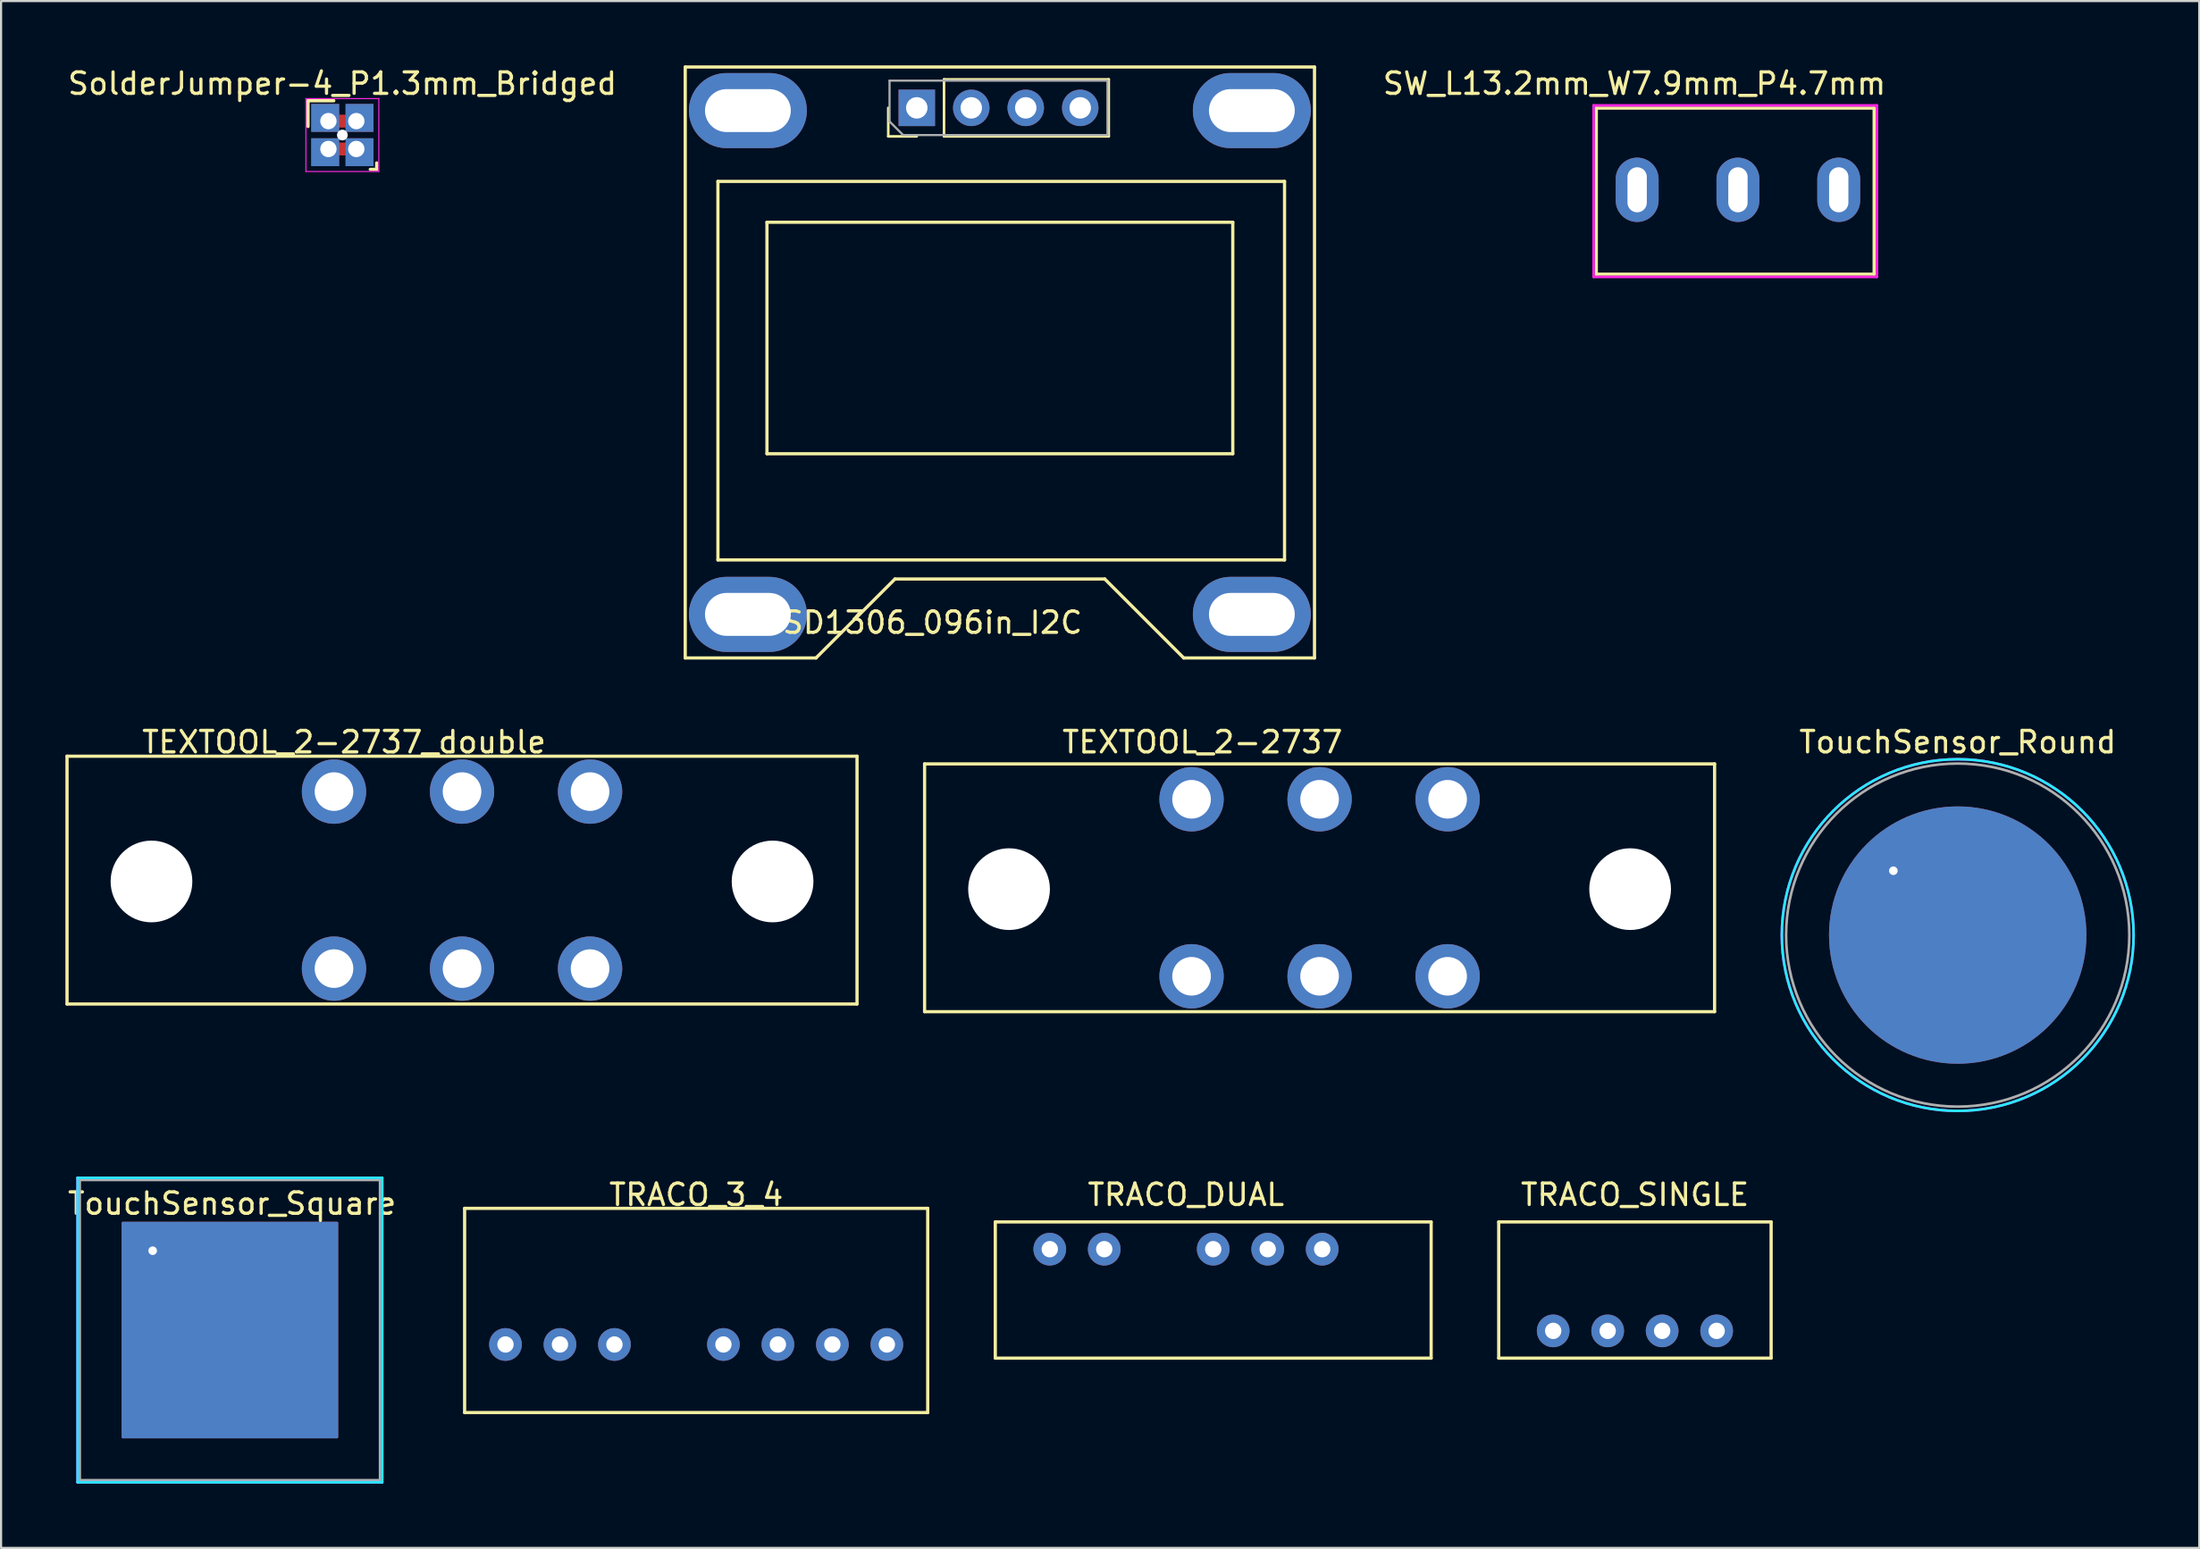
<source format=kicad_pcb>
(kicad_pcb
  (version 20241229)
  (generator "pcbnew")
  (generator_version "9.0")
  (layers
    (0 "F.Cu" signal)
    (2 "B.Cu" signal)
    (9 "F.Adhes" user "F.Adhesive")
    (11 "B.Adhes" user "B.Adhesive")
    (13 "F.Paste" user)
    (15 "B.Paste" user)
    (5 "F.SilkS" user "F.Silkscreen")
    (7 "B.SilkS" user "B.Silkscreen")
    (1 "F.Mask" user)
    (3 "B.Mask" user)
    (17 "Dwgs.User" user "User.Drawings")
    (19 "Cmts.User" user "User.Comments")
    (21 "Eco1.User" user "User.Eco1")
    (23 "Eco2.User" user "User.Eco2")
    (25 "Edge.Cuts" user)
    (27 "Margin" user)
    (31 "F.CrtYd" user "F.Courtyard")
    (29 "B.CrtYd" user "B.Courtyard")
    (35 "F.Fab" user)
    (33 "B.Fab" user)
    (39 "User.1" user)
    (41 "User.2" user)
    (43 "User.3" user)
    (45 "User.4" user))
  (footprint "TRACO_3_4"
    (layer "F.Cu")
    (at 28.136 53.3)
    (property "Reference" "TRACO_3_4" (at 1.27 -0.635 0) (layer "F.SilkS") (effects (font (size 1 1) (thickness 0.15))))
    (attr through_hole)
    (fp_line (start -9.525 0) (end -9.525 9.525) (stroke (width 0.15) (type solid)) (layer "F.SilkS"))
    (fp_line (start -9.525 9.525) (end 12.065 9.525) (stroke (width 0.15) (type solid)) (layer "F.SilkS"))
    (fp_line (start 12.065 0) (end -9.525 0) (stroke (width 0.15) (type solid)) (layer "F.SilkS"))
    (fp_line (start 12.065 9.525) (end 12.065 0) (stroke (width 0.15) (type solid)) (layer "F.SilkS"))
    (pad "1" thru_hole circle (at -7.62 6.35) (size 1.524 1.524) (drill 0.762) (layers "*.Cu" "*.Mask"))
    (pad "2" thru_hole circle (at -5.08 6.35) (size 1.524 1.524) (drill 0.762) (layers "*.Cu" "*.Mask"))
    (pad "3" thru_hole circle (at -2.54 6.35) (size 1.524 1.524) (drill 0.762) (layers "*.Cu" "*.Mask"))
    (pad "5" thru_hole circle (at 2.54 6.35) (size 1.524 1.524) (drill 0.762) (layers "*.Cu" "*.Mask"))
    (pad "6" thru_hole circle (at 5.08 6.35) (size 1.524 1.524) (drill 0.762) (layers "*.Cu" "*.Mask"))
    (pad "7" thru_hole circle (at 7.62 6.35) (size 1.524 1.524) (drill 0.762) (layers "*.Cu" "*.Mask"))
    (pad "8" thru_hole circle (at 10.16 6.35) (size 1.524 1.524) (drill 0.762) (layers "*.Cu" "*.Mask")))
  (footprint "SSD1306_096in_I2C"
    (layer "F.Cu")
    (at 43.501 1.98)
    (property "Reference" "SSD1306_096in_I2C" (at -3.556 24.003 0) (layer "F.SilkS") (effects (font (size 1 1) (thickness 0.15))))
    (attr through_hole)
    (fp_line (start -14.605 -1.905) (end -14.605 25.654) (stroke (width 0.15) (type solid)) (layer "F.SilkS"))
    (fp_line (start -14.605 -1.905) (end 14.732 -1.905) (stroke (width 0.15) (type solid)) (layer "F.SilkS"))
    (fp_line (start -13.081 3.429) (end -13.081 21.082) (stroke (width 0.15) (type solid)) (layer "F.SilkS"))
    (fp_line (start -10.795 5.334) (end 10.922 5.334) (stroke (width 0.15) (type solid)) (layer "F.SilkS"))
    (fp_line (start -10.795 16.129) (end -10.795 5.334) (stroke (width 0.15) (type solid)) (layer "F.SilkS"))
    (fp_line (start -8.509 25.654) (end -14.605 25.654) (stroke (width 0.15) (type solid)) (layer "F.SilkS"))
    (fp_line (start -5.14 1.33) (end -5.14 0) (stroke (width 0.12) (type solid)) (layer "F.SilkS"))
    (fp_line (start -4.826 21.971) (end -8.509 25.654) (stroke (width 0.15) (type solid)) (layer "F.SilkS"))
    (fp_line (start -3.81 1.33) (end -5.14 1.33) (stroke (width 0.12) (type solid)) (layer "F.SilkS"))
    (fp_line (start -2.54 -1.33) (end 5.14 -1.33) (stroke (width 0.12) (type solid)) (layer "F.SilkS"))
    (fp_line (start -2.54 1.33) (end -2.54 -1.33) (stroke (width 0.12) (type solid)) (layer "F.SilkS"))
    (fp_line (start -2.54 1.33) (end 5.14 1.33) (stroke (width 0.12) (type solid)) (layer "F.SilkS"))
    (fp_line (start 4.953 21.971) (end -4.826 21.971) (stroke (width 0.15) (type solid)) (layer "F.SilkS"))
    (fp_line (start 5.14 1.33) (end 5.14 -1.33) (stroke (width 0.12) (type solid)) (layer "F.SilkS"))
    (fp_line (start 8.636 25.654) (end 4.953 21.971) (stroke (width 0.15) (type solid)) (layer "F.SilkS"))
    (fp_line (start 10.922 5.334) (end 10.922 16.129) (stroke (width 0.15) (type solid)) (layer "F.SilkS"))
    (fp_line (start 10.922 16.129) (end -10.795 16.129) (stroke (width 0.15) (type solid)) (layer "F.SilkS"))
    (fp_line (start 13.335 3.429) (end -13.081 3.429) (stroke (width 0.15) (type solid)) (layer "F.SilkS"))
    (fp_line (start 13.335 3.429) (end 13.335 21.082) (stroke (width 0.15) (type solid)) (layer "F.SilkS"))
    (fp_line (start 13.335 21.082) (end -13.081 21.082) (stroke (width 0.15) (type solid)) (layer "F.SilkS"))
    (fp_line (start 14.732 -1.905) (end 14.732 25.654) (stroke (width 0.15) (type solid)) (layer "F.SilkS"))
    (fp_line (start 14.732 25.654) (end 8.636 25.654) (stroke (width 0.15) (type solid)) (layer "F.SilkS"))
    (fp_line (start -5.08 -1.27) (end 5.08 -1.27) (stroke (width 0.1) (type solid)) (layer "F.Fab"))
    (fp_line (start -5.08 0.635) (end -5.08 -1.27) (stroke (width 0.1) (type solid)) (layer "F.Fab"))
    (fp_line (start -4.445 1.27) (end -5.08 0.635) (stroke (width 0.1) (type solid)) (layer "F.Fab"))
    (fp_line (start 5.08 -1.27) (end 5.08 1.27) (stroke (width 0.1) (type solid)) (layer "F.Fab"))
    (fp_line (start 5.08 1.27) (end -4.445 1.27) (stroke (width 0.1) (type solid)) (layer "F.Fab"))
    (pad "1" thru_hole rect (at -3.81 0 90) (size 1.7 1.7) (drill 1) (layers "*.Cu" "*.Mask"))
    (pad "2" thru_hole oval (at -1.27 0 90) (size 1.7 1.7) (drill 1) (layers "*.Cu" "*.Mask"))
    (pad "3" thru_hole oval (at 1.27 0 90) (size 1.7 1.7) (drill 1) (layers "*.Cu" "*.Mask"))
    (pad "4" thru_hole oval (at 3.81 0 90) (size 1.7 1.7) (drill 1) (layers "*.Cu" "*.Mask"))
    (pad "5" thru_hole oval (at -11.684 0.127) (size 5.5 3.5) (drill oval 4 2) (layers "*.Cu" "*.Mask"))
    (pad "5" thru_hole oval (at -11.684 23.622) (size 5.5 3.5) (drill oval 4 2) (layers "*.Cu" "*.Mask"))
    (pad "5" thru_hole oval (at 11.811 0.127) (size 5.5 3.5) (drill oval 4 2) (layers "*.Cu" "*.Mask"))
    (pad "5" thru_hole oval (at 11.811 23.622) (size 5.5 3.5) (drill oval 4 2) (layers "*.Cu" "*.Mask")))
  (footprint "TEXTOOL_2-2737_double"
    (layer "F.Cu")
    (at 18.49 38.057)
    (property "Reference" "TEXTOOL_2-2737_double" (at -5.5 -6.5 0) (layer "F.SilkS") (effects (font (size 1 1) (thickness 0.15))))
    (attr through_hole)
    (fp_line (start -18.415 -5.842) (end -18.415 5.715) (stroke (width 0.15) (type solid)) (layer "F.SilkS"))
    (fp_line (start -18.415 -5.842) (end 18.415 -5.842) (stroke (width 0.15) (type solid)) (layer "F.SilkS"))
    (fp_line (start -18.415 5.715) (end 18.415 5.715) (stroke (width 0.15) (type solid)) (layer "F.SilkS"))
    (fp_line (start 18.415 -5.842) (end 18.415 5.715) (stroke (width 0.15) (type solid)) (layer "F.SilkS"))
    (pad "" np_thru_hole circle (at -14.478 0) (size 3.81 3.81) (drill 3.81) (layers "*.Cu" "*.Mask"))
    (pad "" np_thru_hole circle (at 14.478 0) (size 3.81 3.81) (drill 3.81) (layers "*.Cu" "*.Mask"))
    (pad "1" thru_hole circle (at -5.969 4.064) (size 3 3) (drill 1.8) (layers "*.Cu" "*.Mask"))
    (pad "2" thru_hole circle (at 0 4.064) (size 3 3) (drill 1.8) (layers "*.Cu" "*.Mask"))
    (pad "3" thru_hole circle (at 5.969 4.064) (size 3 3) (drill 1.8) (layers "*.Cu" "*.Mask"))
    (pad "4" thru_hole circle (at 5.969 -4.191) (size 3 3) (drill 1.8) (layers "*.Cu" "*.Mask"))
    (pad "5" thru_hole circle (at 0 -4.191) (size 3 3) (drill 1.8) (layers "*.Cu" "*.Mask"))
    (pad "6" thru_hole circle (at -5.969 -4.191) (size 3 3) (drill 1.8) (layers "*.Cu" "*.Mask")))
  (footprint "TRACO_DUAL"
    (layer "F.Cu")
    (at 52.241 57.745)
    (property "Reference" "TRACO_DUAL" (at 0 -5.08 0) (layer "F.SilkS") (effects (font (size 1 1) (thickness 0.15))))
    (attr through_hole)
    (fp_line (start -8.89 -3.81) (end -8.89 2.54) (stroke (width 0.15) (type solid)) (layer "F.SilkS"))
    (fp_line (start -8.89 2.54) (end 11.43 2.54) (stroke (width 0.15) (type solid)) (layer "F.SilkS"))
    (fp_line (start 11.43 -3.81) (end -8.89 -3.81) (stroke (width 0.15) (type solid)) (layer "F.SilkS"))
    (fp_line (start 11.43 2.54) (end 11.43 -3.81) (stroke (width 0.15) (type solid)) (layer "F.SilkS"))
    (pad "1" thru_hole circle (at -6.35 -2.54) (size 1.524 1.524) (drill 0.762) (layers "*.Cu" "*.Mask"))
    (pad "2" thru_hole circle (at -3.81 -2.54) (size 1.524 1.524) (drill 0.762) (layers "*.Cu" "*.Mask"))
    (pad "4" thru_hole circle (at 1.27 -2.54) (size 1.524 1.524) (drill 0.762) (layers "*.Cu" "*.Mask"))
    (pad "5" thru_hole circle (at 3.81 -2.54) (size 1.524 1.524) (drill 0.762) (layers "*.Cu" "*.Mask"))
    (pad "6" thru_hole circle (at 6.35 -2.54) (size 1.524 1.524) (drill 0.762) (layers "*.Cu" "*.Mask")))
  (footprint "TEXTOOL_2-2737"
    (layer "F.Cu")
    (at 58.47 38.415)
    (property "Reference" "TEXTOOL_2-2737" (at -5.461 -6.858 0) (layer "F.SilkS") (effects (font (size 1 1) (thickness 0.15))))
    (attr through_hole)
    (fp_line (start -18.415 -5.842) (end -18.415 5.715) (stroke (width 0.15) (type solid)) (layer "F.SilkS"))
    (fp_line (start -18.415 -5.842) (end 18.415 -5.842) (stroke (width 0.15) (type solid)) (layer "F.SilkS"))
    (fp_line (start -18.415 5.715) (end 18.415 5.715) (stroke (width 0.15) (type solid)) (layer "F.SilkS"))
    (fp_line (start 18.415 -5.842) (end 18.415 5.715) (stroke (width 0.15) (type solid)) (layer "F.SilkS"))
    (pad "" np_thru_hole circle (at -14.478 0) (size 3.81 3.81) (drill 3.81) (layers "*.Cu" "*.Mask"))
    (pad "" np_thru_hole circle (at 14.478 0) (size 3.81 3.81) (drill 3.81) (layers "*.Cu" "*.Mask"))
    (pad "1" thru_hole circle (at -5.969 -4.191) (size 3 3) (drill 1.8) (layers "*.Cu" "*.Mask"))
    (pad "1" thru_hole circle (at -5.969 4.064) (size 3 3) (drill 1.8) (layers "*.Cu" "*.Mask"))
    (pad "2" thru_hole circle (at 0 -4.191) (size 3 3) (drill 1.8) (layers "*.Cu" "*.Mask"))
    (pad "2" thru_hole circle (at 0 4.064) (size 3 3) (drill 1.8) (layers "*.Cu" "*.Mask"))
    (pad "3" thru_hole circle (at 5.969 -4.191) (size 3 3) (drill 1.8) (layers "*.Cu" "*.Mask"))
    (pad "3" thru_hole circle (at 5.969 4.064) (size 3 3) (drill 1.8) (layers "*.Cu" "*.Mask")))
  (footprint "SW_L13.2mm_W7.9mm_P4.7mm"
    (layer "F.Cu")
    (at 77.974 5.801)
    (property "Reference" "SW_L13.2mm_W7.9mm_P4.7mm" (at -4.826 -4.953 0) (layer "F.SilkS") (effects (font (size 1 1) (thickness 0.15))))
    (attr through_hole)
    (fp_line (start -6.604 -3.81) (end -6.604 3.937) (stroke (width 0.15) (type solid)) (layer "F.SilkS"))
    (fp_line (start -6.604 3.937) (end 6.35 3.937) (stroke (width 0.15) (type solid)) (layer "F.SilkS"))
    (fp_line (start 6.35 -3.81) (end -6.604 -3.81) (stroke (width 0.15) (type solid)) (layer "F.SilkS"))
    (fp_line (start 6.35 3.937) (end 6.35 -3.81) (stroke (width 0.15) (type solid)) (layer "F.SilkS"))
    (fp_line (start -6.731 -3.937) (end -6.731 4.064) (stroke (width 0.12) (type solid)) (layer "F.CrtYd"))
    (fp_line (start -6.731 4.064) (end 6.477 4.064) (stroke (width 0.12) (type solid)) (layer "F.CrtYd"))
    (fp_line (start 6.477 -3.937) (end -6.731 -3.937) (stroke (width 0.12) (type solid)) (layer "F.CrtYd"))
    (fp_line (start 6.477 4.064) (end 6.477 -3.937) (stroke (width 0.12) (type solid)) (layer "F.CrtYd"))
    (pad "1" thru_hole oval (at -4.699 0) (size 2 3) (drill oval 0.9 2.1) (layers "*.Cu" "*.Mask"))
    (pad "2" thru_hole oval (at 0 0) (size 2 3) (drill oval 0.9 2.1) (layers "*.Cu" "*.Mask"))
    (pad "3" thru_hole oval (at 4.699 0) (size 2 3) (drill oval 0.9 2.1) (layers "*.Cu" "*.Mask")))
  (footprint "TouchSensor_Square"
    (layer "F.Cu")
    (at 2.668 53.977)
    (property "Reference" "TouchSensor_Square" (at 5.1 -0.9 0) (layer "F.SilkS") (effects (font (size 1 1) (thickness 0.15))))
    (attr through_hole)
    (fp_line (start -2.1 -2.1) (end -2.1 12.1) (stroke (width 0.12) (type solid)) (layer "B.CrtYd"))
    (fp_line (start -2.1 12.1) (end 12.1 12.1) (stroke (width 0.12) (type solid)) (layer "B.CrtYd"))
    (fp_line (start 12.1 -2.1) (end -2.1 -2.1) (stroke (width 0.12) (type solid)) (layer "B.CrtYd"))
    (fp_line (start 12.1 12.1) (end 12.1 -2.1) (stroke (width 0.12) (type solid)) (layer "B.CrtYd"))
    (fp_line (start -2.1 -2.1) (end 12.1 -2.1) (stroke (width 0.12) (type solid)) (layer "F.CrtYd"))
    (fp_line (start -2.1 12.1) (end -2.1 -2.1) (stroke (width 0.12) (type solid)) (layer "F.CrtYd"))
    (fp_line (start 12.1 -2.1) (end 12.1 12.1) (stroke (width 0.12) (type solid)) (layer "F.CrtYd"))
    (fp_line (start 12.1 12.1) (end -2.1 12.1) (stroke (width 0.12) (type solid)) (layer "F.CrtYd"))
    (fp_line (start -2 -2) (end 12 -2) (stroke (width 0.12) (type solid)) (layer "F.Fab"))
    (fp_line (start -2 12) (end -2 -2) (stroke (width 0.12) (type solid)) (layer "F.Fab"))
    (fp_line (start 12 -2) (end 12 12) (stroke (width 0.12) (type solid)) (layer "F.Fab"))
    (fp_line (start 12 12) (end -2 12) (stroke (width 0.12) (type solid)) (layer "F.Fab"))
    (pad "1" thru_hole custom (at 1.4 1.3) (size 0.8 0.8) (drill 0.4) (layers "F.Cu") (options (anchor circle)) (primitives (gr_poly (pts (xy 8.6 8.7) (xy -1.4 8.7) (xy -1.4 -1.3) (xy 8.6 -1.3)) (width 0.1) (fill yes)))))
  (footprint "TRACO_SINGLE"
    (layer "F.Cu")
    (at 73.171 57.745)
    (property "Reference" "TRACO_SINGLE" (at 0 -5.08 0) (layer "F.SilkS") (effects (font (size 1 1) (thickness 0.15))))
    (attr through_hole)
    (fp_line (start -6.35 -3.81) (end 6.35 -3.81) (stroke (width 0.15) (type solid)) (layer "F.SilkS"))
    (fp_line (start -6.35 2.54) (end -6.35 -3.81) (stroke (width 0.15) (type solid)) (layer "F.SilkS"))
    (fp_line (start 6.35 -3.81) (end 6.35 2.54) (stroke (width 0.15) (type solid)) (layer "F.SilkS"))
    (fp_line (start 6.35 2.54) (end -6.35 2.54) (stroke (width 0.15) (type solid)) (layer "F.SilkS"))
    (pad "1" thru_hole circle (at -3.81 1.27) (size 1.524 1.524) (drill 0.762) (layers "*.Cu" "*.Mask"))
    (pad "2" thru_hole circle (at -1.27 1.27) (size 1.524 1.524) (drill 0.762) (layers "*.Cu" "*.Mask"))
    (pad "3" thru_hole circle (at 1.27 1.27) (size 1.524 1.524) (drill 0.762) (layers "*.Cu" "*.Mask"))
    (pad "4" thru_hole circle (at 3.81 1.27) (size 1.524 1.524) (drill 0.762) (layers "*.Cu" "*.Mask")))
  (footprint "SolderJumper-4_P1.3mm_Bridged"
    (layer "F.Cu")
    (at 12.911 3.248)
    (property "Reference" "SolderJumper-4_P1.3mm_Bridged" (at 0 -2.4 0) (layer "F.SilkS") (effects (font (size 1 1) (thickness 0.15))))
    (attr through_hole)
    (fp_poly (pts (xy -0.25 -0.95) (xy 0.25 -0.95) (xy 0.25 -0.35) (xy -0.25 -0.35)) (stroke (width 0) (type solid)) (fill yes) (layer "F.Cu"))
    (fp_poly (pts (xy -0.25 0.35) (xy 0.25 0.35) (xy 0.25 0.95) (xy -0.25 0.95)) (stroke (width 0) (type solid)) (fill yes) (layer "F.Cu"))
    (fp_line (start -1.6 -1.6) (end -1.6 -0.4) (stroke (width 0.15) (type solid)) (layer "F.SilkS"))
    (fp_line (start -1.6 -1.6) (end -0.4 -1.6) (stroke (width 0.15) (type solid)) (layer "F.SilkS"))
    (fp_line (start 1.6 1.3) (end 1.6 1.6) (stroke (width 0.15) (type solid)) (layer "F.SilkS"))
    (fp_line (start 1.6 1.6) (end 1.3 1.6) (stroke (width 0.15) (type solid)) (layer "F.SilkS"))
    (fp_line (start -1.7 -1.7) (end -1.7 1.7) (stroke (width 0.05) (type solid)) (layer "F.CrtYd"))
    (fp_line (start -1.7 -1.7) (end 1.7 -1.7) (stroke (width 0.05) (type solid)) (layer "F.CrtYd"))
    (fp_line (start 1.7 1.7) (end -1.7 1.7) (stroke (width 0.05) (type solid)) (layer "F.CrtYd"))
    (fp_line (start 1.7 1.7) (end 1.7 -1.7) (stroke (width 0.05) (type solid)) (layer "F.CrtYd"))
    (pad "" np_thru_hole circle (at 0 0) (size 0.5 0.5) (drill 0.5) (layers "*.Cu" "F.Mask"))
    (pad "1" thru_hole rect (at -0.65 -0.65 180) (size 1.3 1.3) (drill 0.762 (offset 0.15 0.15)) (layers "*.Cu" "F.Mask"))
    (pad "2" thru_hole rect (at 0.65 0.65) (size 1.3 1.3) (drill 0.762 (offset 0.15 0.15)) (layers "*.Cu" "F.Mask"))
    (pad "3" thru_hole rect (at 0.65 -0.65 90) (size 1.3 1.3) (drill 0.762 (offset 0.15 0.15)) (layers "*.Cu" "F.Mask"))
    (pad "4" thru_hole rect (at -0.65 0.65 270) (size 1.3 1.3) (drill 0.762 (offset 0.15 0.15)) (layers "*.Cu" "F.Mask")))
  (footprint "TouchSensor_Round"
    (layer "F.Cu")
    (at 88.22 40.557)
    (property "Reference" "TouchSensor_Round" (at 0 -9 0) (layer "F.SilkS") (effects (font (size 1 1) (thickness 0.15))))
    (attr through_hole)
    (fp_poly (pts (xy -2.5 -2.5) (xy -3.5 -2.5) (xy -3.5 -3.5) (xy -2.5 -3.5)) (stroke (width 0.1) (type solid)) (fill yes) (layer "B.Cu"))
    (fp_circle (center 0 0) (end 8.2 0) (stroke (width 0.12) (type solid)) (fill no) (layer "B.CrtYd"))
    (fp_circle (center 0 0) (end 8.2 0) (stroke (width 0.12) (type solid)) (fill no) (layer "F.CrtYd"))
    (fp_circle (center 0 0) (end 8 0) (stroke (width 0.12) (type solid)) (fill no) (layer "F.Fab"))
    (pad "1" thru_hole oval (at -3 -3) (size 12 12) (drill 0.4 (offset 3 3)) (layers "F.Cu")))
  (gr_rect
    (start -3 -3)
    (end 99.48 69.137)
    (stroke (width 0.1) (type default))
    (fill no)
    (layer "Edge.Cuts")))
</source>
